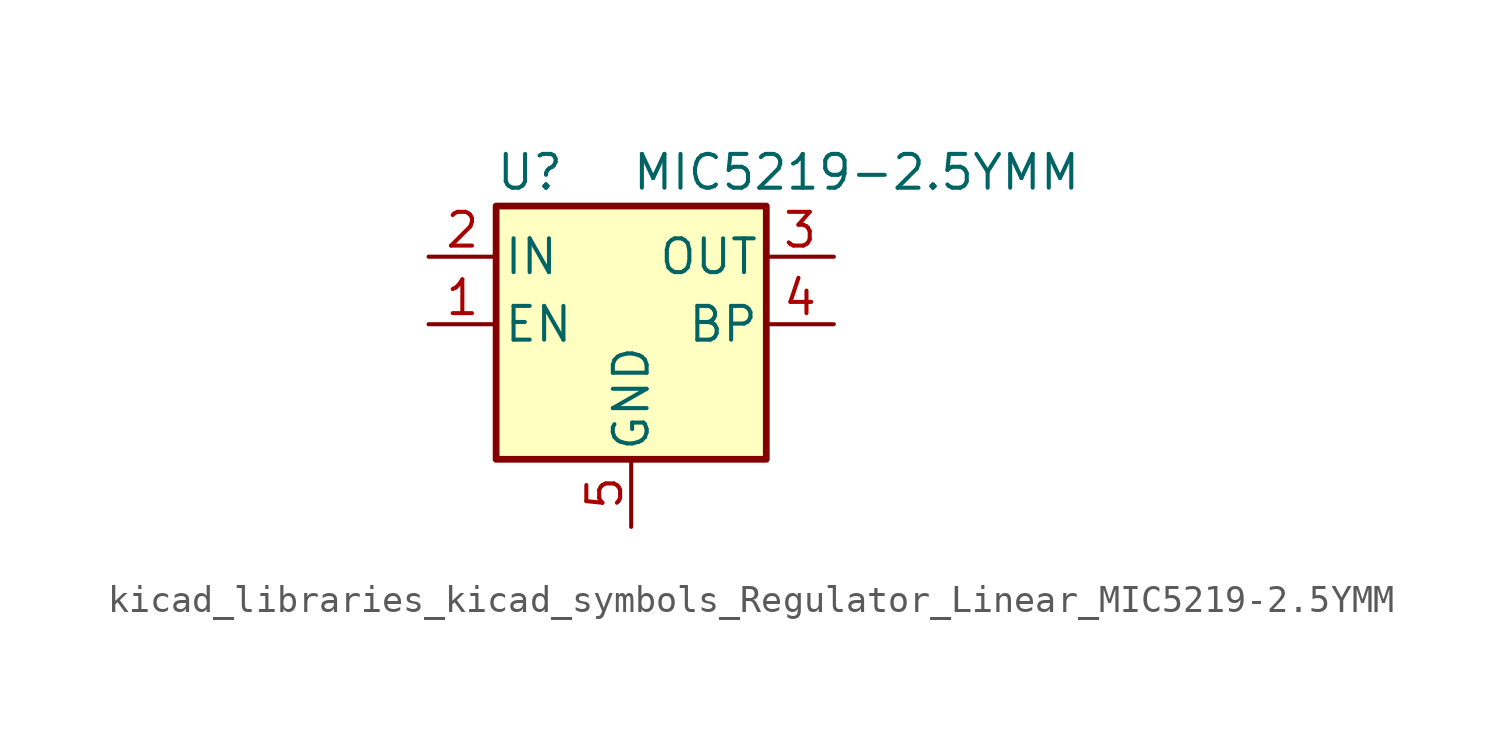
<source format=kicad_sym>
(kicad_symbol_lib
  (version 20220914)
  (generator kicad_symbol_editor)
  (symbol "kicad_libraries_kicad_symbols_Regulator_Linear_MIC5219-2.5YMM"
    (pin_names
      (offset 0.254))
    (property "Reference" "U"
      (at -3.81 5.715 0)
      (effects (font (size 1.27 1.27))))
    (property "Value" "MIC5219-2.5YMM"
      (at 0 5.715 0)
      (effects (font (size 1.27 1.27)) (justify left)))
    (symbol "kicad_libraries_kicad_symbols_Regulator_Linear_MIC5219-2.5YMM_0_1"
      (rectangle (start -5.08 4.445) (end 5.08 -5.08) (stroke (width 0.254) (type default)) (fill (type background))))
    (symbol "kicad_libraries_kicad_symbols_Regulator_Linear_MIC5219-2.5YMM_1_1"
      (pin input line (at -7.62 0 0) (length 2.54) (name "EN" (effects (font (size 1.27 1.27)))) (number "1" (effects (font (size 1.27 1.27)))))
      (pin power_in line (at -7.62 2.54 0) (length 2.54) (name "IN" (effects (font (size 1.27 1.27)))) (number "2" (effects (font (size 1.27 1.27)))))
      (pin power_out line (at 7.62 2.54 180) (length 2.54) (name "OUT" (effects (font (size 1.27 1.27)))) (number "3" (effects (font (size 1.27 1.27)))))
      (pin input line (at 7.62 0 180) (length 2.54) (name "BP" (effects (font (size 1.27 1.27)))) (number "4" (effects (font (size 1.27 1.27)))))
      (pin power_in line (at 0 -7.62 90) (length 2.54) (name "GND" (effects (font (size 1.27 1.27)))) (number "5" (effects (font (size 1.27 1.27)))))
      (pin passive line (at 0 -7.62 90) (length 2.54) hide (name "GND" (effects (font (size 1.27 1.27)))) (number "6" (effects (font (size 1.27 1.27)))))
      (pin passive line (at 0 -7.62 90) (length 2.54) hide (name "GND" (effects (font (size 1.27 1.27)))) (number "7" (effects (font (size 1.27 1.27)))))
      (pin passive line (at 0 -7.62 90) (length 2.54) hide (name "GND" (effects (font (size 1.27 1.27)))) (number "8" (effects (font (size 1.27 1.27))))))))
</source>
